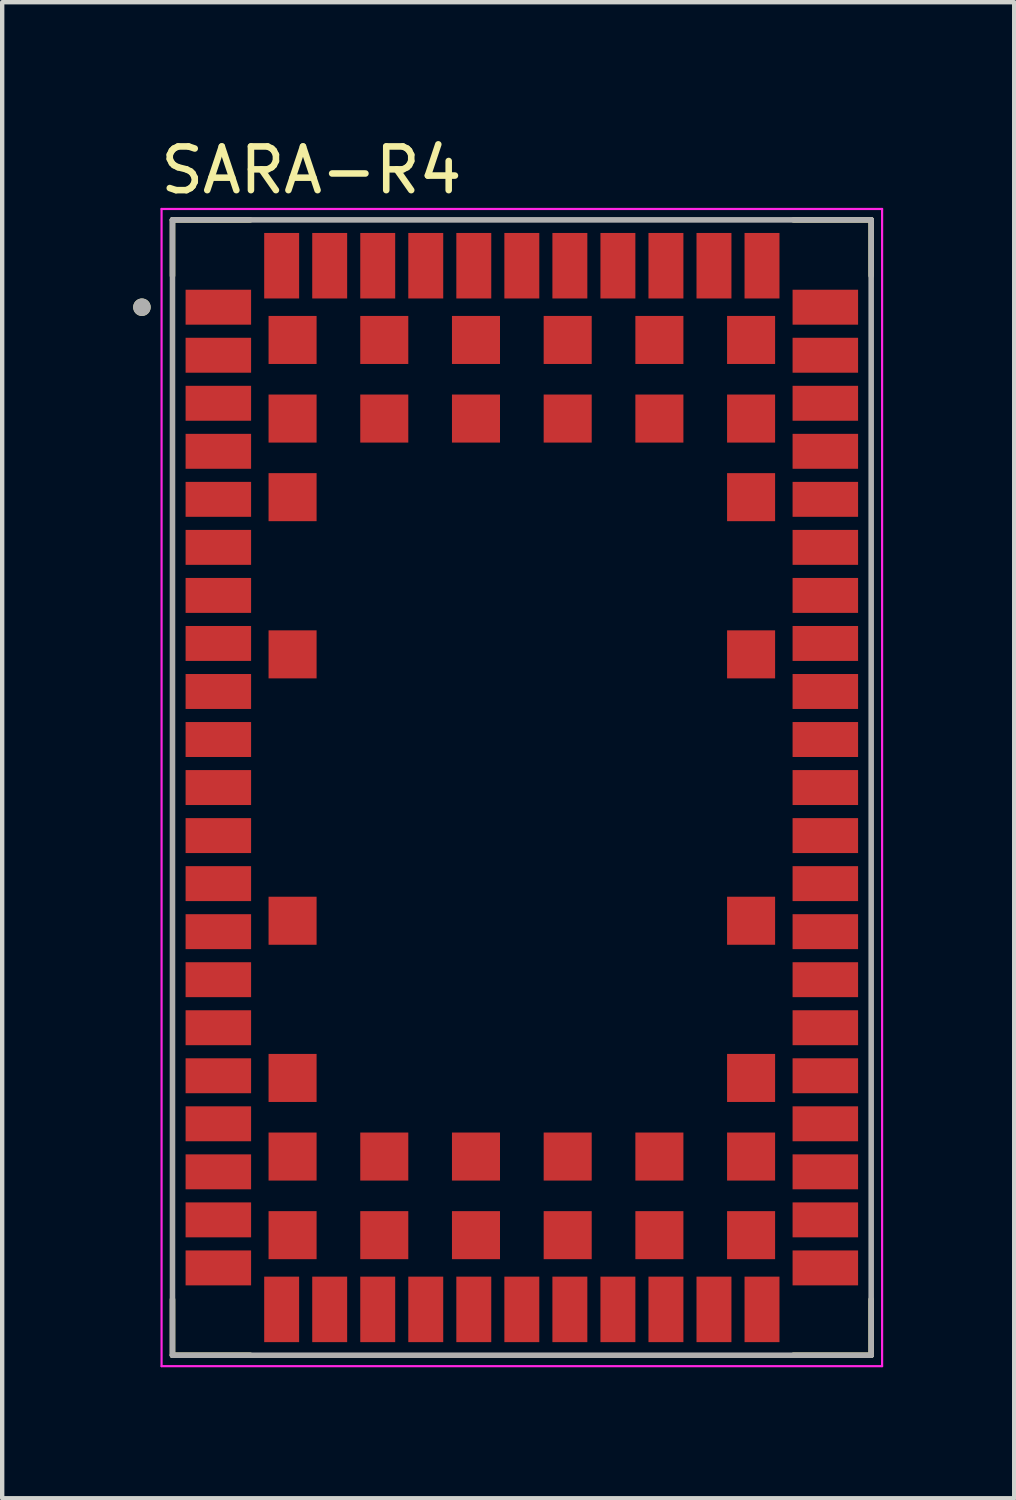
<source format=kicad_pcb>
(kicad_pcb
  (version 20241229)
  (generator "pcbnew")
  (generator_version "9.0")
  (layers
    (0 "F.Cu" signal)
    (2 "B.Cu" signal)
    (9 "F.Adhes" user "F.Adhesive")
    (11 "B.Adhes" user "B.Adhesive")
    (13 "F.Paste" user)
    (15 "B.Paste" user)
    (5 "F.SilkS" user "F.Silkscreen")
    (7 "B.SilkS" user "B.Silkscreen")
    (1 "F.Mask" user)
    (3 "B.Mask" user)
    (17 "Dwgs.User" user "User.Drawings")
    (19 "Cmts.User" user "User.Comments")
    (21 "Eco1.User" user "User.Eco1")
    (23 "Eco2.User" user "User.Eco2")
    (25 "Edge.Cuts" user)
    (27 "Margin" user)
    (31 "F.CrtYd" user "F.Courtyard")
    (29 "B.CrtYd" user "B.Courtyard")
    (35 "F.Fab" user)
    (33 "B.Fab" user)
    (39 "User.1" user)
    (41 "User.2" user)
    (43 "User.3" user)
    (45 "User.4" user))
  (footprint "SARA-R4"
    (layer "F.Cu")
    (at 8.9 14.985)
    (property "Reference" "SARA-R4" (at -4.821 -14.136 0) (layer "F.SilkS") (effects (font (size 1.001 1.001) (thickness 0.15))))
    (attr smd)
    (fp_poly (pts (xy -7.75 -11.45) (xy -6.15 -11.45) (xy -6.15 -10.55) (xy -7.75 -10.55)) (stroke (width 0.01) (type solid)) (fill yes) (layer "F.Mask"))
    (fp_poly (pts (xy -7.75 -10.35) (xy -6.15 -10.35) (xy -6.15 -9.45) (xy -7.75 -9.45)) (stroke (width 0.01) (type solid)) (fill yes) (layer "F.Mask"))
    (fp_poly (pts (xy -7.75 -9.25) (xy -6.15 -9.25) (xy -6.15 -8.35) (xy -7.75 -8.35)) (stroke (width 0.01) (type solid)) (fill yes) (layer "F.Mask"))
    (fp_poly (pts (xy -7.75 -8.15) (xy -6.15 -8.15) (xy -6.15 -7.25) (xy -7.75 -7.25)) (stroke (width 0.01) (type solid)) (fill yes) (layer "F.Mask"))
    (fp_poly (pts (xy -7.75 -7.05) (xy -6.15 -7.05) (xy -6.15 -6.15) (xy -7.75 -6.15)) (stroke (width 0.01) (type solid)) (fill yes) (layer "F.Mask"))
    (fp_poly (pts (xy -7.75 -5.95) (xy -6.15 -5.95) (xy -6.15 -5.05) (xy -7.75 -5.05)) (stroke (width 0.01) (type solid)) (fill yes) (layer "F.Mask"))
    (fp_poly (pts (xy -7.75 -4.85) (xy -6.15 -4.85) (xy -6.15 -3.95) (xy -7.75 -3.95)) (stroke (width 0.01) (type solid)) (fill yes) (layer "F.Mask"))
    (fp_poly (pts (xy -7.75 -3.75) (xy -6.15 -3.75) (xy -6.15 -2.85) (xy -7.75 -2.85)) (stroke (width 0.01) (type solid)) (fill yes) (layer "F.Mask"))
    (fp_poly (pts (xy -7.75 -2.65) (xy -6.15 -2.65) (xy -6.15 -1.75) (xy -7.75 -1.75)) (stroke (width 0.01) (type solid)) (fill yes) (layer "F.Mask"))
    (fp_poly (pts (xy -7.75 -1.55) (xy -6.15 -1.55) (xy -6.15 -0.65) (xy -7.75 -0.65)) (stroke (width 0.01) (type solid)) (fill yes) (layer "F.Mask"))
    (fp_poly (pts (xy -7.75 -0.45) (xy -6.15 -0.45) (xy -6.15 0.45) (xy -7.75 0.45)) (stroke (width 0.01) (type solid)) (fill yes) (layer "F.Mask"))
    (fp_poly (pts (xy -7.75 0.65) (xy -6.15 0.65) (xy -6.15 1.55) (xy -7.75 1.55)) (stroke (width 0.01) (type solid)) (fill yes) (layer "F.Mask"))
    (fp_poly (pts (xy -7.75 1.75) (xy -6.15 1.75) (xy -6.15 2.65) (xy -7.75 2.65)) (stroke (width 0.01) (type solid)) (fill yes) (layer "F.Mask"))
    (fp_poly (pts (xy -7.75 2.85) (xy -6.15 2.85) (xy -6.15 3.75) (xy -7.75 3.75)) (stroke (width 0.01) (type solid)) (fill yes) (layer "F.Mask"))
    (fp_poly (pts (xy -7.75 3.95) (xy -6.15 3.95) (xy -6.15 4.85) (xy -7.75 4.85)) (stroke (width 0.01) (type solid)) (fill yes) (layer "F.Mask"))
    (fp_poly (pts (xy -7.75 5.05) (xy -6.15 5.05) (xy -6.15 5.95) (xy -7.75 5.95)) (stroke (width 0.01) (type solid)) (fill yes) (layer "F.Mask"))
    (fp_poly (pts (xy -7.75 6.15) (xy -6.15 6.15) (xy -6.15 7.05) (xy -7.75 7.05)) (stroke (width 0.01) (type solid)) (fill yes) (layer "F.Mask"))
    (fp_poly (pts (xy -7.75 7.25) (xy -6.15 7.25) (xy -6.15 8.15) (xy -7.75 8.15)) (stroke (width 0.01) (type solid)) (fill yes) (layer "F.Mask"))
    (fp_poly (pts (xy -7.75 8.35) (xy -6.15 8.35) (xy -6.15 9.25) (xy -7.75 9.25)) (stroke (width 0.01) (type solid)) (fill yes) (layer "F.Mask"))
    (fp_poly (pts (xy -7.75 9.45) (xy -6.15 9.45) (xy -6.15 10.35) (xy -7.75 10.35)) (stroke (width 0.01) (type solid)) (fill yes) (layer "F.Mask"))
    (fp_poly (pts (xy -7.75 10.55) (xy -6.15 10.55) (xy -6.15 11.45) (xy -7.75 11.45)) (stroke (width 0.01) (type solid)) (fill yes) (layer "F.Mask"))
    (fp_poly (pts (xy -5.95 -12.75) (xy -5.05 -12.75) (xy -5.05 -11.15) (xy -5.95 -11.15)) (stroke (width 0.01) (type solid)) (fill yes) (layer "F.Mask"))
    (fp_poly (pts (xy -5.95 11.15) (xy -5.05 11.15) (xy -5.05 12.75) (xy -5.95 12.75)) (stroke (width 0.01) (type solid)) (fill yes) (layer "F.Mask"))
    (fp_poly (pts (xy -5.85 -10.85) (xy -4.65 -10.85) (xy -4.65 -9.65) (xy -5.85 -9.65)) (stroke (width 0.01) (type solid)) (fill yes) (layer "F.Mask"))
    (fp_poly (pts (xy -5.85 -9.05) (xy -4.65 -9.05) (xy -4.65 -7.85) (xy -5.85 -7.85)) (stroke (width 0.01) (type solid)) (fill yes) (layer "F.Mask"))
    (fp_poly (pts (xy -5.85 -7.25) (xy -4.65 -7.25) (xy -4.65 -6.05) (xy -5.85 -6.05)) (stroke (width 0.01) (type solid)) (fill yes) (layer "F.Mask"))
    (fp_poly (pts (xy -5.85 -3.65) (xy -4.65 -3.65) (xy -4.65 -2.45) (xy -5.85 -2.45)) (stroke (width 0.01) (type solid)) (fill yes) (layer "F.Mask"))
    (fp_poly (pts (xy -5.85 2.45) (xy -4.65 2.45) (xy -4.65 3.65) (xy -5.85 3.65)) (stroke (width 0.01) (type solid)) (fill yes) (layer "F.Mask"))
    (fp_poly (pts (xy -5.85 6.05) (xy -4.65 6.05) (xy -4.65 7.25) (xy -5.85 7.25)) (stroke (width 0.01) (type solid)) (fill yes) (layer "F.Mask"))
    (fp_poly (pts (xy -5.85 7.85) (xy -4.65 7.85) (xy -4.65 9.05) (xy -5.85 9.05)) (stroke (width 0.01) (type solid)) (fill yes) (layer "F.Mask"))
    (fp_poly (pts (xy -5.85 9.65) (xy -4.65 9.65) (xy -4.65 10.85) (xy -5.85 10.85)) (stroke (width 0.01) (type solid)) (fill yes) (layer "F.Mask"))
    (fp_poly (pts (xy -4.85 -12.75) (xy -3.95 -12.75) (xy -3.95 -11.15) (xy -4.85 -11.15)) (stroke (width 0.01) (type solid)) (fill yes) (layer "F.Mask"))
    (fp_poly (pts (xy -4.85 11.15) (xy -3.95 11.15) (xy -3.95 12.75) (xy -4.85 12.75)) (stroke (width 0.01) (type solid)) (fill yes) (layer "F.Mask"))
    (fp_poly (pts (xy -3.75 -12.75) (xy -2.85 -12.75) (xy -2.85 -11.15) (xy -3.75 -11.15)) (stroke (width 0.01) (type solid)) (fill yes) (layer "F.Mask"))
    (fp_poly (pts (xy -3.75 -10.85) (xy -2.55 -10.85) (xy -2.55 -9.65) (xy -3.75 -9.65)) (stroke (width 0.01) (type solid)) (fill yes) (layer "F.Mask"))
    (fp_poly (pts (xy -3.75 -9.05) (xy -2.55 -9.05) (xy -2.55 -7.85) (xy -3.75 -7.85)) (stroke (width 0.01) (type solid)) (fill yes) (layer "F.Mask"))
    (fp_poly (pts (xy -3.75 7.85) (xy -2.55 7.85) (xy -2.55 9.05) (xy -3.75 9.05)) (stroke (width 0.01) (type solid)) (fill yes) (layer "F.Mask"))
    (fp_poly (pts (xy -3.75 9.65) (xy -2.55 9.65) (xy -2.55 10.85) (xy -3.75 10.85)) (stroke (width 0.01) (type solid)) (fill yes) (layer "F.Mask"))
    (fp_poly (pts (xy -3.75 11.15) (xy -2.85 11.15) (xy -2.85 12.75) (xy -3.75 12.75)) (stroke (width 0.01) (type solid)) (fill yes) (layer "F.Mask"))
    (fp_poly (pts (xy -2.65 -12.75) (xy -1.75 -12.75) (xy -1.75 -11.15) (xy -2.65 -11.15)) (stroke (width 0.01) (type solid)) (fill yes) (layer "F.Mask"))
    (fp_poly (pts (xy -2.65 11.15) (xy -1.75 11.15) (xy -1.75 12.75) (xy -2.65 12.75)) (stroke (width 0.01) (type solid)) (fill yes) (layer "F.Mask"))
    (fp_poly (pts (xy -1.65 -10.85) (xy -0.45 -10.85) (xy -0.45 -9.65) (xy -1.65 -9.65)) (stroke (width 0.01) (type solid)) (fill yes) (layer "F.Mask"))
    (fp_poly (pts (xy -1.65 -9.05) (xy -0.45 -9.05) (xy -0.45 -7.85) (xy -1.65 -7.85)) (stroke (width 0.01) (type solid)) (fill yes) (layer "F.Mask"))
    (fp_poly (pts (xy -1.65 7.85) (xy -0.45 7.85) (xy -0.45 9.05) (xy -1.65 9.05)) (stroke (width 0.01) (type solid)) (fill yes) (layer "F.Mask"))
    (fp_poly (pts (xy -1.65 9.65) (xy -0.45 9.65) (xy -0.45 10.85) (xy -1.65 10.85)) (stroke (width 0.01) (type solid)) (fill yes) (layer "F.Mask"))
    (fp_poly (pts (xy -1.55 -12.75) (xy -0.65 -12.75) (xy -0.65 -11.15) (xy -1.55 -11.15)) (stroke (width 0.01) (type solid)) (fill yes) (layer "F.Mask"))
    (fp_poly (pts (xy -1.55 11.15) (xy -0.65 11.15) (xy -0.65 12.75) (xy -1.55 12.75)) (stroke (width 0.01) (type solid)) (fill yes) (layer "F.Mask"))
    (fp_poly (pts (xy -0.45 -12.75) (xy 0.45 -12.75) (xy 0.45 -11.15) (xy -0.45 -11.15)) (stroke (width 0.01) (type solid)) (fill yes) (layer "F.Mask"))
    (fp_poly (pts (xy -0.45 11.15) (xy 0.45 11.15) (xy 0.45 12.75) (xy -0.45 12.75)) (stroke (width 0.01) (type solid)) (fill yes) (layer "F.Mask"))
    (fp_poly (pts (xy 0.45 -10.85) (xy 1.65 -10.85) (xy 1.65 -9.65) (xy 0.45 -9.65)) (stroke (width 0.01) (type solid)) (fill yes) (layer "F.Mask"))
    (fp_poly (pts (xy 0.45 -9.05) (xy 1.65 -9.05) (xy 1.65 -7.85) (xy 0.45 -7.85)) (stroke (width 0.01) (type solid)) (fill yes) (layer "F.Mask"))
    (fp_poly (pts (xy 0.45 7.85) (xy 1.65 7.85) (xy 1.65 9.05) (xy 0.45 9.05)) (stroke (width 0.01) (type solid)) (fill yes) (layer "F.Mask"))
    (fp_poly (pts (xy 0.45 9.65) (xy 1.65 9.65) (xy 1.65 10.85) (xy 0.45 10.85)) (stroke (width 0.01) (type solid)) (fill yes) (layer "F.Mask"))
    (fp_poly (pts (xy 0.65 -12.75) (xy 1.55 -12.75) (xy 1.55 -11.15) (xy 0.65 -11.15)) (stroke (width 0.01) (type solid)) (fill yes) (layer "F.Mask"))
    (fp_poly (pts (xy 0.65 11.15) (xy 1.55 11.15) (xy 1.55 12.75) (xy 0.65 12.75)) (stroke (width 0.01) (type solid)) (fill yes) (layer "F.Mask"))
    (fp_poly (pts (xy 1.75 -12.75) (xy 2.65 -12.75) (xy 2.65 -11.15) (xy 1.75 -11.15)) (stroke (width 0.01) (type solid)) (fill yes) (layer "F.Mask"))
    (fp_poly (pts (xy 1.75 11.15) (xy 2.65 11.15) (xy 2.65 12.75) (xy 1.75 12.75)) (stroke (width 0.01) (type solid)) (fill yes) (layer "F.Mask"))
    (fp_poly (pts (xy 2.55 -10.85) (xy 3.75 -10.85) (xy 3.75 -9.65) (xy 2.55 -9.65)) (stroke (width 0.01) (type solid)) (fill yes) (layer "F.Mask"))
    (fp_poly (pts (xy 2.55 -9.05) (xy 3.75 -9.05) (xy 3.75 -7.85) (xy 2.55 -7.85)) (stroke (width 0.01) (type solid)) (fill yes) (layer "F.Mask"))
    (fp_poly (pts (xy 2.55 7.85) (xy 3.75 7.85) (xy 3.75 9.05) (xy 2.55 9.05)) (stroke (width 0.01) (type solid)) (fill yes) (layer "F.Mask"))
    (fp_poly (pts (xy 2.55 9.65) (xy 3.75 9.65) (xy 3.75 10.85) (xy 2.55 10.85)) (stroke (width 0.01) (type solid)) (fill yes) (layer "F.Mask"))
    (fp_poly (pts (xy 2.85 -12.75) (xy 3.75 -12.75) (xy 3.75 -11.15) (xy 2.85 -11.15)) (stroke (width 0.01) (type solid)) (fill yes) (layer "F.Mask"))
    (fp_poly (pts (xy 2.85 11.15) (xy 3.75 11.15) (xy 3.75 12.75) (xy 2.85 12.75)) (stroke (width 0.01) (type solid)) (fill yes) (layer "F.Mask"))
    (fp_poly (pts (xy 3.95 -12.75) (xy 4.85 -12.75) (xy 4.85 -11.15) (xy 3.95 -11.15)) (stroke (width 0.01) (type solid)) (fill yes) (layer "F.Mask"))
    (fp_poly (pts (xy 3.95 11.15) (xy 4.85 11.15) (xy 4.85 12.75) (xy 3.95 12.75)) (stroke (width 0.01) (type solid)) (fill yes) (layer "F.Mask"))
    (fp_poly (pts (xy 4.65 -10.85) (xy 5.85 -10.85) (xy 5.85 -9.65) (xy 4.65 -9.65)) (stroke (width 0.01) (type solid)) (fill yes) (layer "F.Mask"))
    (fp_poly (pts (xy 4.65 -9.05) (xy 5.85 -9.05) (xy 5.85 -7.85) (xy 4.65 -7.85)) (stroke (width 0.01) (type solid)) (fill yes) (layer "F.Mask"))
    (fp_poly (pts (xy 4.65 -7.25) (xy 5.85 -7.25) (xy 5.85 -6.05) (xy 4.65 -6.05)) (stroke (width 0.01) (type solid)) (fill yes) (layer "F.Mask"))
    (fp_poly (pts (xy 4.65 -3.65) (xy 5.85 -3.65) (xy 5.85 -2.45) (xy 4.65 -2.45)) (stroke (width 0.01) (type solid)) (fill yes) (layer "F.Mask"))
    (fp_poly (pts (xy 4.65 2.45) (xy 5.85 2.45) (xy 5.85 3.65) (xy 4.65 3.65)) (stroke (width 0.01) (type solid)) (fill yes) (layer "F.Mask"))
    (fp_poly (pts (xy 4.65 6.05) (xy 5.85 6.05) (xy 5.85 7.25) (xy 4.65 7.25)) (stroke (width 0.01) (type solid)) (fill yes) (layer "F.Mask"))
    (fp_poly (pts (xy 4.65 7.85) (xy 5.85 7.85) (xy 5.85 9.05) (xy 4.65 9.05)) (stroke (width 0.01) (type solid)) (fill yes) (layer "F.Mask"))
    (fp_poly (pts (xy 4.65 9.65) (xy 5.85 9.65) (xy 5.85 10.85) (xy 4.65 10.85)) (stroke (width 0.01) (type solid)) (fill yes) (layer "F.Mask"))
    (fp_poly (pts (xy 5.05 -12.75) (xy 5.95 -12.75) (xy 5.95 -11.15) (xy 5.05 -11.15)) (stroke (width 0.01) (type solid)) (fill yes) (layer "F.Mask"))
    (fp_poly (pts (xy 5.05 11.15) (xy 5.95 11.15) (xy 5.95 12.75) (xy 5.05 12.75)) (stroke (width 0.01) (type solid)) (fill yes) (layer "F.Mask"))
    (fp_poly (pts (xy 6.15 -11.45) (xy 7.75 -11.45) (xy 7.75 -10.55) (xy 6.15 -10.55)) (stroke (width 0.01) (type solid)) (fill yes) (layer "F.Mask"))
    (fp_poly (pts (xy 6.15 -10.35) (xy 7.75 -10.35) (xy 7.75 -9.45) (xy 6.15 -9.45)) (stroke (width 0.01) (type solid)) (fill yes) (layer "F.Mask"))
    (fp_poly (pts (xy 6.15 -9.25) (xy 7.75 -9.25) (xy 7.75 -8.35) (xy 6.15 -8.35)) (stroke (width 0.01) (type solid)) (fill yes) (layer "F.Mask"))
    (fp_poly (pts (xy 6.15 -8.15) (xy 7.75 -8.15) (xy 7.75 -7.25) (xy 6.15 -7.25)) (stroke (width 0.01) (type solid)) (fill yes) (layer "F.Mask"))
    (fp_poly (pts (xy 6.15 -7.05) (xy 7.75 -7.05) (xy 7.75 -6.15) (xy 6.15 -6.15)) (stroke (width 0.01) (type solid)) (fill yes) (layer "F.Mask"))
    (fp_poly (pts (xy 6.15 -5.95) (xy 7.75 -5.95) (xy 7.75 -5.05) (xy 6.15 -5.05)) (stroke (width 0.01) (type solid)) (fill yes) (layer "F.Mask"))
    (fp_poly (pts (xy 6.15 -4.85) (xy 7.75 -4.85) (xy 7.75 -3.95) (xy 6.15 -3.95)) (stroke (width 0.01) (type solid)) (fill yes) (layer "F.Mask"))
    (fp_poly (pts (xy 6.15 -3.75) (xy 7.75 -3.75) (xy 7.75 -2.85) (xy 6.15 -2.85)) (stroke (width 0.01) (type solid)) (fill yes) (layer "F.Mask"))
    (fp_poly (pts (xy 6.15 -2.65) (xy 7.75 -2.65) (xy 7.75 -1.75) (xy 6.15 -1.75)) (stroke (width 0.01) (type solid)) (fill yes) (layer "F.Mask"))
    (fp_poly (pts (xy 6.15 -1.55) (xy 7.75 -1.55) (xy 7.75 -0.65) (xy 6.15 -0.65)) (stroke (width 0.01) (type solid)) (fill yes) (layer "F.Mask"))
    (fp_poly (pts (xy 6.15 -0.45) (xy 7.75 -0.45) (xy 7.75 0.45) (xy 6.15 0.45)) (stroke (width 0.01) (type solid)) (fill yes) (layer "F.Mask"))
    (fp_poly (pts (xy 6.15 0.65) (xy 7.75 0.65) (xy 7.75 1.55) (xy 6.15 1.55)) (stroke (width 0.01) (type solid)) (fill yes) (layer "F.Mask"))
    (fp_poly (pts (xy 6.15 1.75) (xy 7.75 1.75) (xy 7.75 2.65) (xy 6.15 2.65)) (stroke (width 0.01) (type solid)) (fill yes) (layer "F.Mask"))
    (fp_poly (pts (xy 6.15 2.85) (xy 7.75 2.85) (xy 7.75 3.75) (xy 6.15 3.75)) (stroke (width 0.01) (type solid)) (fill yes) (layer "F.Mask"))
    (fp_poly (pts (xy 6.15 3.95) (xy 7.75 3.95) (xy 7.75 4.85) (xy 6.15 4.85)) (stroke (width 0.01) (type solid)) (fill yes) (layer "F.Mask"))
    (fp_poly (pts (xy 6.15 5.05) (xy 7.75 5.05) (xy 7.75 5.95) (xy 6.15 5.95)) (stroke (width 0.01) (type solid)) (fill yes) (layer "F.Mask"))
    (fp_poly (pts (xy 6.15 6.15) (xy 7.75 6.15) (xy 7.75 7.05) (xy 6.15 7.05)) (stroke (width 0.01) (type solid)) (fill yes) (layer "F.Mask"))
    (fp_poly (pts (xy 6.15 7.25) (xy 7.75 7.25) (xy 7.75 8.15) (xy 6.15 8.15)) (stroke (width 0.01) (type solid)) (fill yes) (layer "F.Mask"))
    (fp_poly (pts (xy 6.15 8.35) (xy 7.75 8.35) (xy 7.75 9.25) (xy 6.15 9.25)) (stroke (width 0.01) (type solid)) (fill yes) (layer "F.Mask"))
    (fp_poly (pts (xy 6.15 9.45) (xy 7.75 9.45) (xy 7.75 10.35) (xy 6.15 10.35)) (stroke (width 0.01) (type solid)) (fill yes) (layer "F.Mask"))
    (fp_poly (pts (xy 6.15 10.55) (xy 7.75 10.55) (xy 7.75 11.45) (xy 6.15 11.45)) (stroke (width 0.01) (type solid)) (fill yes) (layer "F.Mask"))
    (fp_line (start -8 -13) (end -6.22 -13) (stroke (width 0.127) (type solid)) (layer "F.SilkS"))
    (fp_line (start -8 -11.72) (end -8 -13) (stroke (width 0.127) (type solid)) (layer "F.SilkS"))
    (fp_line (start -8 13) (end -8 11.72) (stroke (width 0.127) (type solid)) (layer "F.SilkS"))
    (fp_line (start -8 13) (end -6.22 13) (stroke (width 0.127) (type solid)) (layer "F.SilkS"))
    (fp_line (start 8 -13) (end 6.22 -13) (stroke (width 0.127) (type solid)) (layer "F.SilkS"))
    (fp_line (start 8 -11.72) (end 8 -13) (stroke (width 0.127) (type solid)) (layer "F.SilkS"))
    (fp_line (start 8 13) (end 6.22 13) (stroke (width 0.127) (type solid)) (layer "F.SilkS"))
    (fp_line (start 8 13) (end 8 11.72) (stroke (width 0.127) (type solid)) (layer "F.SilkS"))
    (fp_circle (center -8.7 -11) (end -8.6 -11) (stroke (width 0.2) (type solid)) (fill no) (layer "F.SilkS"))
    (fp_poly (pts (xy -7.775 -11.375) (xy -6.225 -11.375) (xy -6.225 -10.625) (xy -7.775 -10.625)) (stroke (width 0.01) (type solid)) (fill yes) (layer "F.Paste"))
    (fp_poly (pts (xy -7.775 -10.275) (xy -6.225 -10.275) (xy -6.225 -9.525) (xy -7.775 -9.525)) (stroke (width 0.01) (type solid)) (fill yes) (layer "F.Paste"))
    (fp_poly (pts (xy -7.775 -9.175) (xy -6.225 -9.175) (xy -6.225 -8.425) (xy -7.775 -8.425)) (stroke (width 0.01) (type solid)) (fill yes) (layer "F.Paste"))
    (fp_poly (pts (xy -7.775 -8.075) (xy -6.225 -8.075) (xy -6.225 -7.325) (xy -7.775 -7.325)) (stroke (width 0.01) (type solid)) (fill yes) (layer "F.Paste"))
    (fp_poly (pts (xy -7.775 -6.975) (xy -6.225 -6.975) (xy -6.225 -6.225) (xy -7.775 -6.225)) (stroke (width 0.01) (type solid)) (fill yes) (layer "F.Paste"))
    (fp_poly (pts (xy -7.775 -5.875) (xy -6.225 -5.875) (xy -6.225 -5.125) (xy -7.775 -5.125)) (stroke (width 0.01) (type solid)) (fill yes) (layer "F.Paste"))
    (fp_poly (pts (xy -7.775 -4.775) (xy -6.225 -4.775) (xy -6.225 -4.025) (xy -7.775 -4.025)) (stroke (width 0.01) (type solid)) (fill yes) (layer "F.Paste"))
    (fp_poly (pts (xy -7.775 -3.675) (xy -6.225 -3.675) (xy -6.225 -2.925) (xy -7.775 -2.925)) (stroke (width 0.01) (type solid)) (fill yes) (layer "F.Paste"))
    (fp_poly (pts (xy -7.775 -2.575) (xy -6.225 -2.575) (xy -6.225 -1.825) (xy -7.775 -1.825)) (stroke (width 0.01) (type solid)) (fill yes) (layer "F.Paste"))
    (fp_poly (pts (xy -7.775 -1.475) (xy -6.225 -1.475) (xy -6.225 -0.725) (xy -7.775 -0.725)) (stroke (width 0.01) (type solid)) (fill yes) (layer "F.Paste"))
    (fp_poly (pts (xy -7.775 -0.375) (xy -6.225 -0.375) (xy -6.225 0.375) (xy -7.775 0.375)) (stroke (width 0.01) (type solid)) (fill yes) (layer "F.Paste"))
    (fp_poly (pts (xy -7.775 0.725) (xy -6.225 0.725) (xy -6.225 1.475) (xy -7.775 1.475)) (stroke (width 0.01) (type solid)) (fill yes) (layer "F.Paste"))
    (fp_poly (pts (xy -7.775 1.825) (xy -6.225 1.825) (xy -6.225 2.575) (xy -7.775 2.575)) (stroke (width 0.01) (type solid)) (fill yes) (layer "F.Paste"))
    (fp_poly (pts (xy -7.775 2.925) (xy -6.225 2.925) (xy -6.225 3.675) (xy -7.775 3.675)) (stroke (width 0.01) (type solid)) (fill yes) (layer "F.Paste"))
    (fp_poly (pts (xy -7.775 4.025) (xy -6.225 4.025) (xy -6.225 4.775) (xy -7.775 4.775)) (stroke (width 0.01) (type solid)) (fill yes) (layer "F.Paste"))
    (fp_poly (pts (xy -7.775 5.125) (xy -6.225 5.125) (xy -6.225 5.875) (xy -7.775 5.875)) (stroke (width 0.01) (type solid)) (fill yes) (layer "F.Paste"))
    (fp_poly (pts (xy -7.775 6.225) (xy -6.225 6.225) (xy -6.225 6.975) (xy -7.775 6.975)) (stroke (width 0.01) (type solid)) (fill yes) (layer "F.Paste"))
    (fp_poly (pts (xy -7.775 7.325) (xy -6.225 7.325) (xy -6.225 8.075) (xy -7.775 8.075)) (stroke (width 0.01) (type solid)) (fill yes) (layer "F.Paste"))
    (fp_poly (pts (xy -7.775 8.425) (xy -6.225 8.425) (xy -6.225 9.175) (xy -7.775 9.175)) (stroke (width 0.01) (type solid)) (fill yes) (layer "F.Paste"))
    (fp_poly (pts (xy -7.775 9.525) (xy -6.225 9.525) (xy -6.225 10.275) (xy -7.775 10.275)) (stroke (width 0.01) (type solid)) (fill yes) (layer "F.Paste"))
    (fp_poly (pts (xy -7.775 10.625) (xy -6.225 10.625) (xy -6.225 11.375) (xy -7.775 11.375)) (stroke (width 0.01) (type solid)) (fill yes) (layer "F.Paste"))
    (fp_poly (pts (xy -5.875 -12.775) (xy -5.125 -12.775) (xy -5.125 -11.225) (xy -5.875 -11.225)) (stroke (width 0.01) (type solid)) (fill yes) (layer "F.Paste"))
    (fp_poly (pts (xy -5.875 11.225) (xy -5.125 11.225) (xy -5.125 12.775) (xy -5.875 12.775)) (stroke (width 0.01) (type solid)) (fill yes) (layer "F.Paste"))
    (fp_poly (pts (xy -5.775 -10.775) (xy -4.725 -10.775) (xy -4.725 -9.725) (xy -5.775 -9.725)) (stroke (width 0.01) (type solid)) (fill yes) (layer "F.Paste"))
    (fp_poly (pts (xy -5.775 -8.975) (xy -4.725 -8.975) (xy -4.725 -7.925) (xy -5.775 -7.925)) (stroke (width 0.01) (type solid)) (fill yes) (layer "F.Paste"))
    (fp_poly (pts (xy -5.775 -7.175) (xy -4.725 -7.175) (xy -4.725 -6.125) (xy -5.775 -6.125)) (stroke (width 0.01) (type solid)) (fill yes) (layer "F.Paste"))
    (fp_poly (pts (xy -5.775 -3.575) (xy -4.725 -3.575) (xy -4.725 -2.525) (xy -5.775 -2.525)) (stroke (width 0.01) (type solid)) (fill yes) (layer "F.Paste"))
    (fp_poly (pts (xy -5.775 2.525) (xy -4.725 2.525) (xy -4.725 3.575) (xy -5.775 3.575)) (stroke (width 0.01) (type solid)) (fill yes) (layer "F.Paste"))
    (fp_poly (pts (xy -5.775 6.125) (xy -4.725 6.125) (xy -4.725 7.175) (xy -5.775 7.175)) (stroke (width 0.01) (type solid)) (fill yes) (layer "F.Paste"))
    (fp_poly (pts (xy -5.775 7.925) (xy -4.725 7.925) (xy -4.725 8.975) (xy -5.775 8.975)) (stroke (width 0.01) (type solid)) (fill yes) (layer "F.Paste"))
    (fp_poly (pts (xy -5.775 9.725) (xy -4.725 9.725) (xy -4.725 10.775) (xy -5.775 10.775)) (stroke (width 0.01) (type solid)) (fill yes) (layer "F.Paste"))
    (fp_poly (pts (xy -4.775 -12.775) (xy -4.025 -12.775) (xy -4.025 -11.225) (xy -4.775 -11.225)) (stroke (width 0.01) (type solid)) (fill yes) (layer "F.Paste"))
    (fp_poly (pts (xy -4.775 11.225) (xy -4.025 11.225) (xy -4.025 12.775) (xy -4.775 12.775)) (stroke (width 0.01) (type solid)) (fill yes) (layer "F.Paste"))
    (fp_poly (pts (xy -3.675 -12.775) (xy -2.925 -12.775) (xy -2.925 -11.225) (xy -3.675 -11.225)) (stroke (width 0.01) (type solid)) (fill yes) (layer "F.Paste"))
    (fp_poly (pts (xy -3.675 -10.775) (xy -2.625 -10.775) (xy -2.625 -9.725) (xy -3.675 -9.725)) (stroke (width 0.01) (type solid)) (fill yes) (layer "F.Paste"))
    (fp_poly (pts (xy -3.675 -8.975) (xy -2.625 -8.975) (xy -2.625 -7.925) (xy -3.675 -7.925)) (stroke (width 0.01) (type solid)) (fill yes) (layer "F.Paste"))
    (fp_poly (pts (xy -3.675 7.925) (xy -2.625 7.925) (xy -2.625 8.975) (xy -3.675 8.975)) (stroke (width 0.01) (type solid)) (fill yes) (layer "F.Paste"))
    (fp_poly (pts (xy -3.675 9.725) (xy -2.625 9.725) (xy -2.625 10.775) (xy -3.675 10.775)) (stroke (width 0.01) (type solid)) (fill yes) (layer "F.Paste"))
    (fp_poly (pts (xy -3.675 11.225) (xy -2.925 11.225) (xy -2.925 12.775) (xy -3.675 12.775)) (stroke (width 0.01) (type solid)) (fill yes) (layer "F.Paste"))
    (fp_poly (pts (xy -2.575 -12.775) (xy -1.825 -12.775) (xy -1.825 -11.225) (xy -2.575 -11.225)) (stroke (width 0.01) (type solid)) (fill yes) (layer "F.Paste"))
    (fp_poly (pts (xy -2.575 11.225) (xy -1.825 11.225) (xy -1.825 12.775) (xy -2.575 12.775)) (stroke (width 0.01) (type solid)) (fill yes) (layer "F.Paste"))
    (fp_poly (pts (xy -1.575 -10.775) (xy -0.525 -10.775) (xy -0.525 -9.725) (xy -1.575 -9.725)) (stroke (width 0.01) (type solid)) (fill yes) (layer "F.Paste"))
    (fp_poly (pts (xy -1.575 -8.975) (xy -0.525 -8.975) (xy -0.525 -7.925) (xy -1.575 -7.925)) (stroke (width 0.01) (type solid)) (fill yes) (layer "F.Paste"))
    (fp_poly (pts (xy -1.575 7.925) (xy -0.525 7.925) (xy -0.525 8.975) (xy -1.575 8.975)) (stroke (width 0.01) (type solid)) (fill yes) (layer "F.Paste"))
    (fp_poly (pts (xy -1.575 9.725) (xy -0.525 9.725) (xy -0.525 10.775) (xy -1.575 10.775)) (stroke (width 0.01) (type solid)) (fill yes) (layer "F.Paste"))
    (fp_poly (pts (xy -1.475 -12.775) (xy -0.725 -12.775) (xy -0.725 -11.225) (xy -1.475 -11.225)) (stroke (width 0.01) (type solid)) (fill yes) (layer "F.Paste"))
    (fp_poly (pts (xy -1.475 11.225) (xy -0.725 11.225) (xy -0.725 12.775) (xy -1.475 12.775)) (stroke (width 0.01) (type solid)) (fill yes) (layer "F.Paste"))
    (fp_poly (pts (xy -0.375 -12.775) (xy 0.375 -12.775) (xy 0.375 -11.225) (xy -0.375 -11.225)) (stroke (width 0.01) (type solid)) (fill yes) (layer "F.Paste"))
    (fp_poly (pts (xy -0.375 11.225) (xy 0.375 11.225) (xy 0.375 12.775) (xy -0.375 12.775)) (stroke (width 0.01) (type solid)) (fill yes) (layer "F.Paste"))
    (fp_poly (pts (xy 0.525 -10.775) (xy 1.575 -10.775) (xy 1.575 -9.725) (xy 0.525 -9.725)) (stroke (width 0.01) (type solid)) (fill yes) (layer "F.Paste"))
    (fp_poly (pts (xy 0.525 -8.975) (xy 1.575 -8.975) (xy 1.575 -7.925) (xy 0.525 -7.925)) (stroke (width 0.01) (type solid)) (fill yes) (layer "F.Paste"))
    (fp_poly (pts (xy 0.525 7.925) (xy 1.575 7.925) (xy 1.575 8.975) (xy 0.525 8.975)) (stroke (width 0.01) (type solid)) (fill yes) (layer "F.Paste"))
    (fp_poly (pts (xy 0.525 9.725) (xy 1.575 9.725) (xy 1.575 10.775) (xy 0.525 10.775)) (stroke (width 0.01) (type solid)) (fill yes) (layer "F.Paste"))
    (fp_poly (pts (xy 0.725 -12.775) (xy 1.475 -12.775) (xy 1.475 -11.225) (xy 0.725 -11.225)) (stroke (width 0.01) (type solid)) (fill yes) (layer "F.Paste"))
    (fp_poly (pts (xy 0.725 11.225) (xy 1.475 11.225) (xy 1.475 12.775) (xy 0.725 12.775)) (stroke (width 0.01) (type solid)) (fill yes) (layer "F.Paste"))
    (fp_poly (pts (xy 1.825 -12.775) (xy 2.575 -12.775) (xy 2.575 -11.225) (xy 1.825 -11.225)) (stroke (width 0.01) (type solid)) (fill yes) (layer "F.Paste"))
    (fp_poly (pts (xy 1.825 11.225) (xy 2.575 11.225) (xy 2.575 12.775) (xy 1.825 12.775)) (stroke (width 0.01) (type solid)) (fill yes) (layer "F.Paste"))
    (fp_poly (pts (xy 2.625 -10.775) (xy 3.675 -10.775) (xy 3.675 -9.725) (xy 2.625 -9.725)) (stroke (width 0.01) (type solid)) (fill yes) (layer "F.Paste"))
    (fp_poly (pts (xy 2.625 -8.975) (xy 3.675 -8.975) (xy 3.675 -7.925) (xy 2.625 -7.925)) (stroke (width 0.01) (type solid)) (fill yes) (layer "F.Paste"))
    (fp_poly (pts (xy 2.625 7.925) (xy 3.675 7.925) (xy 3.675 8.975) (xy 2.625 8.975)) (stroke (width 0.01) (type solid)) (fill yes) (layer "F.Paste"))
    (fp_poly (pts (xy 2.625 9.725) (xy 3.675 9.725) (xy 3.675 10.775) (xy 2.625 10.775)) (stroke (width 0.01) (type solid)) (fill yes) (layer "F.Paste"))
    (fp_poly (pts (xy 2.925 -12.775) (xy 3.675 -12.775) (xy 3.675 -11.225) (xy 2.925 -11.225)) (stroke (width 0.01) (type solid)) (fill yes) (layer "F.Paste"))
    (fp_poly (pts (xy 2.925 11.225) (xy 3.675 11.225) (xy 3.675 12.775) (xy 2.925 12.775)) (stroke (width 0.01) (type solid)) (fill yes) (layer "F.Paste"))
    (fp_poly (pts (xy 4.025 -12.775) (xy 4.775 -12.775) (xy 4.775 -11.225) (xy 4.025 -11.225)) (stroke (width 0.01) (type solid)) (fill yes) (layer "F.Paste"))
    (fp_poly (pts (xy 4.025 11.225) (xy 4.775 11.225) (xy 4.775 12.775) (xy 4.025 12.775)) (stroke (width 0.01) (type solid)) (fill yes) (layer "F.Paste"))
    (fp_poly (pts (xy 4.725 -10.775) (xy 5.775 -10.775) (xy 5.775 -9.725) (xy 4.725 -9.725)) (stroke (width 0.01) (type solid)) (fill yes) (layer "F.Paste"))
    (fp_poly (pts (xy 4.725 -8.975) (xy 5.775 -8.975) (xy 5.775 -7.925) (xy 4.725 -7.925)) (stroke (width 0.01) (type solid)) (fill yes) (layer "F.Paste"))
    (fp_poly (pts (xy 4.725 -7.175) (xy 5.775 -7.175) (xy 5.775 -6.125) (xy 4.725 -6.125)) (stroke (width 0.01) (type solid)) (fill yes) (layer "F.Paste"))
    (fp_poly (pts (xy 4.725 -3.575) (xy 5.775 -3.575) (xy 5.775 -2.525) (xy 4.725 -2.525)) (stroke (width 0.01) (type solid)) (fill yes) (layer "F.Paste"))
    (fp_poly (pts (xy 4.725 2.525) (xy 5.775 2.525) (xy 5.775 3.575) (xy 4.725 3.575)) (stroke (width 0.01) (type solid)) (fill yes) (layer "F.Paste"))
    (fp_poly (pts (xy 4.725 6.125) (xy 5.775 6.125) (xy 5.775 7.175) (xy 4.725 7.175)) (stroke (width 0.01) (type solid)) (fill yes) (layer "F.Paste"))
    (fp_poly (pts (xy 4.725 7.925) (xy 5.775 7.925) (xy 5.775 8.975) (xy 4.725 8.975)) (stroke (width 0.01) (type solid)) (fill yes) (layer "F.Paste"))
    (fp_poly (pts (xy 4.725 9.725) (xy 5.775 9.725) (xy 5.775 10.775) (xy 4.725 10.775)) (stroke (width 0.01) (type solid)) (fill yes) (layer "F.Paste"))
    (fp_poly (pts (xy 5.125 -12.775) (xy 5.875 -12.775) (xy 5.875 -11.225) (xy 5.125 -11.225)) (stroke (width 0.01) (type solid)) (fill yes) (layer "F.Paste"))
    (fp_poly (pts (xy 5.125 11.225) (xy 5.875 11.225) (xy 5.875 12.775) (xy 5.125 12.775)) (stroke (width 0.01) (type solid)) (fill yes) (layer "F.Paste"))
    (fp_poly (pts (xy 6.225 -11.375) (xy 7.775 -11.375) (xy 7.775 -10.625) (xy 6.225 -10.625)) (stroke (width 0.01) (type solid)) (fill yes) (layer "F.Paste"))
    (fp_poly (pts (xy 6.225 -10.275) (xy 7.775 -10.275) (xy 7.775 -9.525) (xy 6.225 -9.525)) (stroke (width 0.01) (type solid)) (fill yes) (layer "F.Paste"))
    (fp_poly (pts (xy 6.225 -9.175) (xy 7.775 -9.175) (xy 7.775 -8.425) (xy 6.225 -8.425)) (stroke (width 0.01) (type solid)) (fill yes) (layer "F.Paste"))
    (fp_poly (pts (xy 6.225 -8.075) (xy 7.775 -8.075) (xy 7.775 -7.325) (xy 6.225 -7.325)) (stroke (width 0.01) (type solid)) (fill yes) (layer "F.Paste"))
    (fp_poly (pts (xy 6.225 -6.975) (xy 7.775 -6.975) (xy 7.775 -6.225) (xy 6.225 -6.225)) (stroke (width 0.01) (type solid)) (fill yes) (layer "F.Paste"))
    (fp_poly (pts (xy 6.225 -5.875) (xy 7.775 -5.875) (xy 7.775 -5.125) (xy 6.225 -5.125)) (stroke (width 0.01) (type solid)) (fill yes) (layer "F.Paste"))
    (fp_poly (pts (xy 6.225 -4.775) (xy 7.775 -4.775) (xy 7.775 -4.025) (xy 6.225 -4.025)) (stroke (width 0.01) (type solid)) (fill yes) (layer "F.Paste"))
    (fp_poly (pts (xy 6.225 -3.675) (xy 7.775 -3.675) (xy 7.775 -2.925) (xy 6.225 -2.925)) (stroke (width 0.01) (type solid)) (fill yes) (layer "F.Paste"))
    (fp_poly (pts (xy 6.225 -2.575) (xy 7.775 -2.575) (xy 7.775 -1.825) (xy 6.225 -1.825)) (stroke (width 0.01) (type solid)) (fill yes) (layer "F.Paste"))
    (fp_poly (pts (xy 6.225 -1.475) (xy 7.775 -1.475) (xy 7.775 -0.725) (xy 6.225 -0.725)) (stroke (width 0.01) (type solid)) (fill yes) (layer "F.Paste"))
    (fp_poly (pts (xy 6.225 -0.375) (xy 7.775 -0.375) (xy 7.775 0.375) (xy 6.225 0.375)) (stroke (width 0.01) (type solid)) (fill yes) (layer "F.Paste"))
    (fp_poly (pts (xy 6.225 0.725) (xy 7.775 0.725) (xy 7.775 1.475) (xy 6.225 1.475)) (stroke (width 0.01) (type solid)) (fill yes) (layer "F.Paste"))
    (fp_poly (pts (xy 6.225 1.825) (xy 7.775 1.825) (xy 7.775 2.575) (xy 6.225 2.575)) (stroke (width 0.01) (type solid)) (fill yes) (layer "F.Paste"))
    (fp_poly (pts (xy 6.225 2.925) (xy 7.775 2.925) (xy 7.775 3.675) (xy 6.225 3.675)) (stroke (width 0.01) (type solid)) (fill yes) (layer "F.Paste"))
    (fp_poly (pts (xy 6.225 4.025) (xy 7.775 4.025) (xy 7.775 4.775) (xy 6.225 4.775)) (stroke (width 0.01) (type solid)) (fill yes) (layer "F.Paste"))
    (fp_poly (pts (xy 6.225 5.125) (xy 7.775 5.125) (xy 7.775 5.875) (xy 6.225 5.875)) (stroke (width 0.01) (type solid)) (fill yes) (layer "F.Paste"))
    (fp_poly (pts (xy 6.225 6.225) (xy 7.775 6.225) (xy 7.775 6.975) (xy 6.225 6.975)) (stroke (width 0.01) (type solid)) (fill yes) (layer "F.Paste"))
    (fp_poly (pts (xy 6.225 7.325) (xy 7.775 7.325) (xy 7.775 8.075) (xy 6.225 8.075)) (stroke (width 0.01) (type solid)) (fill yes) (layer "F.Paste"))
    (fp_poly (pts (xy 6.225 8.425) (xy 7.775 8.425) (xy 7.775 9.175) (xy 6.225 9.175)) (stroke (width 0.01) (type solid)) (fill yes) (layer "F.Paste"))
    (fp_poly (pts (xy 6.225 9.525) (xy 7.775 9.525) (xy 7.775 10.275) (xy 6.225 10.275)) (stroke (width 0.01) (type solid)) (fill yes) (layer "F.Paste"))
    (fp_poly (pts (xy 6.225 10.625) (xy 7.775 10.625) (xy 7.775 11.375) (xy 6.225 11.375)) (stroke (width 0.01) (type solid)) (fill yes) (layer "F.Paste"))
    (fp_line (start -8.25 -13.25) (end 8.25 -13.25) (stroke (width 0.05) (type solid)) (layer "F.CrtYd"))
    (fp_line (start -8.25 13.25) (end -8.25 -13.25) (stroke (width 0.05) (type solid)) (layer "F.CrtYd"))
    (fp_line (start 8.25 -13.25) (end 8.25 13.25) (stroke (width 0.05) (type solid)) (layer "F.CrtYd"))
    (fp_line (start 8.25 13.25) (end -8.25 13.25) (stroke (width 0.05) (type solid)) (layer "F.CrtYd"))
    (fp_line (start -8 -13) (end 8 -13) (stroke (width 0.127) (type solid)) (layer "F.Fab"))
    (fp_line (start -8 13) (end -8 -13) (stroke (width 0.127) (type solid)) (layer "F.Fab"))
    (fp_line (start 8 -13) (end 8 13) (stroke (width 0.127) (type solid)) (layer "F.Fab"))
    (fp_line (start 8 13) (end -8 13) (stroke (width 0.127) (type solid)) (layer "F.Fab"))
    (fp_circle (center -8.7 -11) (end -8.6 -11) (stroke (width 0.2) (type solid)) (fill no) (layer "F.Fab"))
    (pad "1" smd rect (at -6.95 -11) (size 1.5 0.8) (layers "F.Cu"))
    (pad "2" smd rect (at -6.95 -9.9) (size 1.5 0.8) (layers "F.Cu"))
    (pad "3" smd rect (at -6.95 -8.8) (size 1.5 0.8) (layers "F.Cu"))
    (pad "4" smd rect (at -6.95 -7.7) (size 1.5 0.8) (layers "F.Cu"))
    (pad "5" smd rect (at -6.95 -6.6) (size 1.5 0.8) (layers "F.Cu"))
    (pad "6" smd rect (at -6.95 -5.5) (size 1.5 0.8) (layers "F.Cu"))
    (pad "7" smd rect (at -6.95 -4.4) (size 1.5 0.8) (layers "F.Cu"))
    (pad "8" smd rect (at -6.95 -3.3) (size 1.5 0.8) (layers "F.Cu"))
    (pad "9" smd rect (at -6.95 -2.2) (size 1.5 0.8) (layers "F.Cu"))
    (pad "10" smd rect (at -6.95 -1.1) (size 1.5 0.8) (layers "F.Cu"))
    (pad "11" smd rect (at -6.95 0) (size 1.5 0.8) (layers "F.Cu"))
    (pad "12" smd rect (at -6.95 1.1) (size 1.5 0.8) (layers "F.Cu"))
    (pad "13" smd rect (at -6.95 2.2) (size 1.5 0.8) (layers "F.Cu"))
    (pad "14" smd rect (at -6.95 3.3) (size 1.5 0.8) (layers "F.Cu"))
    (pad "15" smd rect (at -6.95 4.4) (size 1.5 0.8) (layers "F.Cu"))
    (pad "16" smd rect (at -6.95 5.5) (size 1.5 0.8) (layers "F.Cu"))
    (pad "17" smd rect (at -6.95 6.6) (size 1.5 0.8) (layers "F.Cu"))
    (pad "18" smd rect (at -6.95 7.7) (size 1.5 0.8) (layers "F.Cu"))
    (pad "19" smd rect (at -6.95 8.8) (size 1.5 0.8) (layers "F.Cu"))
    (pad "20" smd rect (at -6.95 9.9) (size 1.5 0.8) (layers "F.Cu"))
    (pad "21" smd rect (at -6.95 11) (size 1.5 0.8) (layers "F.Cu"))
    (pad "22" smd rect (at -5.5 11.95) (size 0.8 1.5) (layers "F.Cu"))
    (pad "23" smd rect (at -4.4 11.95) (size 0.8 1.5) (layers "F.Cu"))
    (pad "24" smd rect (at -3.3 11.95) (size 0.8 1.5) (layers "F.Cu"))
    (pad "25" smd rect (at -2.2 11.95) (size 0.8 1.5) (layers "F.Cu"))
    (pad "26" smd rect (at -1.1 11.95) (size 0.8 1.5) (layers "F.Cu"))
    (pad "27" smd rect (at 0 11.95) (size 0.8 1.5) (layers "F.Cu"))
    (pad "28" smd rect (at 1.1 11.95) (size 0.8 1.5) (layers "F.Cu"))
    (pad "29" smd rect (at 2.2 11.95) (size 0.8 1.5) (layers "F.Cu"))
    (pad "30" smd rect (at 3.3 11.95) (size 0.8 1.5) (layers "F.Cu"))
    (pad "31" smd rect (at 4.4 11.95) (size 0.8 1.5) (layers "F.Cu"))
    (pad "32" smd rect (at 5.5 11.95) (size 0.8 1.5) (layers "F.Cu"))
    (pad "33" smd rect (at 6.95 11) (size 1.5 0.8) (layers "F.Cu"))
    (pad "34" smd rect (at 6.95 9.9) (size 1.5 0.8) (layers "F.Cu"))
    (pad "35" smd rect (at 6.95 8.8) (size 1.5 0.8) (layers "F.Cu"))
    (pad "36" smd rect (at 6.95 7.7) (size 1.5 0.8) (layers "F.Cu"))
    (pad "37" smd rect (at 6.95 6.6) (size 1.5 0.8) (layers "F.Cu"))
    (pad "38" smd rect (at 6.95 5.5) (size 1.5 0.8) (layers "F.Cu"))
    (pad "39" smd rect (at 6.95 4.4) (size 1.5 0.8) (layers "F.Cu"))
    (pad "40" smd rect (at 6.95 3.3) (size 1.5 0.8) (layers "F.Cu"))
    (pad "41" smd rect (at 6.95 2.2) (size 1.5 0.8) (layers "F.Cu"))
    (pad "42" smd rect (at 6.95 1.1) (size 1.5 0.8) (layers "F.Cu"))
    (pad "43" smd rect (at 6.95 0) (size 1.5 0.8) (layers "F.Cu"))
    (pad "44" smd rect (at 6.95 -1.1) (size 1.5 0.8) (layers "F.Cu"))
    (pad "45" smd rect (at 6.95 -2.2) (size 1.5 0.8) (layers "F.Cu"))
    (pad "46" smd rect (at 6.95 -3.3) (size 1.5 0.8) (layers "F.Cu"))
    (pad "47" smd rect (at 6.95 -4.4) (size 1.5 0.8) (layers "F.Cu"))
    (pad "48" smd rect (at 6.95 -5.5) (size 1.5 0.8) (layers "F.Cu"))
    (pad "49" smd rect (at 6.95 -6.6) (size 1.5 0.8) (layers "F.Cu"))
    (pad "50" smd rect (at 6.95 -7.7) (size 1.5 0.8) (layers "F.Cu"))
    (pad "51" smd rect (at 6.95 -8.8) (size 1.5 0.8) (layers "F.Cu"))
    (pad "52" smd rect (at 6.95 -9.9) (size 1.5 0.8) (layers "F.Cu"))
    (pad "53" smd rect (at 6.95 -11) (size 1.5 0.8) (layers "F.Cu"))
    (pad "54" smd rect (at 5.5 -11.95) (size 0.8 1.5) (layers "F.Cu"))
    (pad "55" smd rect (at 4.4 -11.95) (size 0.8 1.5) (layers "F.Cu"))
    (pad "56" smd rect (at 3.3 -11.95) (size 0.8 1.5) (layers "F.Cu"))
    (pad "57" smd rect (at 2.2 -11.95) (size 0.8 1.5) (layers "F.Cu"))
    (pad "58" smd rect (at 1.1 -11.95) (size 0.8 1.5) (layers "F.Cu"))
    (pad "59" smd rect (at 0 -11.95) (size 0.8 1.5) (layers "F.Cu"))
    (pad "60" smd rect (at -1.1 -11.95) (size 0.8 1.5) (layers "F.Cu"))
    (pad "61" smd rect (at -2.2 -11.95) (size 0.8 1.5) (layers "F.Cu"))
    (pad "62" smd rect (at -3.3 -11.95) (size 0.8 1.5) (layers "F.Cu"))
    (pad "63" smd rect (at -4.4 -11.95) (size 0.8 1.5) (layers "F.Cu"))
    (pad "64" smd rect (at -5.5 -11.95) (size 0.8 1.5) (layers "F.Cu"))
    (pad "65" smd rect (at -5.25 -10.25) (size 1.1 1.1) (layers "F.Cu"))
    (pad "66" smd rect (at -3.15 -10.25) (size 1.1 1.1) (layers "F.Cu"))
    (pad "67" smd rect (at -1.05 -10.25) (size 1.1 1.1) (layers "F.Cu"))
    (pad "68" smd rect (at 1.05 -10.25) (size 1.1 1.1) (layers "F.Cu"))
    (pad "69" smd rect (at 3.15 -10.25) (size 1.1 1.1) (layers "F.Cu"))
    (pad "70" smd rect (at 5.25 -10.25) (size 1.1 1.1) (layers "F.Cu"))
    (pad "71" smd rect (at -5.25 -8.45) (size 1.1 1.1) (layers "F.Cu"))
    (pad "72" smd rect (at -3.15 -8.45) (size 1.1 1.1) (layers "F.Cu"))
    (pad "73" smd rect (at -1.05 -8.45) (size 1.1 1.1) (layers "F.Cu"))
    (pad "74" smd rect (at 1.05 -8.45) (size 1.1 1.1) (layers "F.Cu"))
    (pad "75" smd rect (at 3.15 -8.45) (size 1.1 1.1) (layers "F.Cu"))
    (pad "76" smd rect (at 5.25 -8.45) (size 1.1 1.1) (layers "F.Cu"))
    (pad "77" smd rect (at -5.25 -6.65) (size 1.1 1.1) (layers "F.Cu"))
    (pad "78" smd rect (at 5.25 -6.65) (size 1.1 1.1) (layers "F.Cu"))
    (pad "79" smd rect (at -5.25 -3.05) (size 1.1 1.1) (layers "F.Cu"))
    (pad "80" smd rect (at 5.25 -3.05) (size 1.1 1.1) (layers "F.Cu"))
    (pad "81" smd rect (at -5.25 3.05) (size 1.1 1.1) (layers "F.Cu"))
    (pad "82" smd rect (at 5.25 3.05) (size 1.1 1.1) (layers "F.Cu"))
    (pad "83" smd rect (at -5.25 6.65) (size 1.1 1.1) (layers "F.Cu"))
    (pad "84" smd rect (at 5.25 6.65) (size 1.1 1.1) (layers "F.Cu"))
    (pad "85" smd rect (at -5.25 8.45) (size 1.1 1.1) (layers "F.Cu"))
    (pad "86" smd rect (at -3.15 8.45) (size 1.1 1.1) (layers "F.Cu"))
    (pad "87" smd rect (at -1.05 8.45) (size 1.1 1.1) (layers "F.Cu"))
    (pad "88" smd rect (at 1.05 8.45) (size 1.1 1.1) (layers "F.Cu"))
    (pad "89" smd rect (at 3.15 8.45) (size 1.1 1.1) (layers "F.Cu"))
    (pad "90" smd rect (at 5.25 8.45) (size 1.1 1.1) (layers "F.Cu"))
    (pad "91" smd rect (at -5.25 10.25) (size 1.1 1.1) (layers "F.Cu"))
    (pad "92" smd rect (at -3.15 10.25) (size 1.1 1.1) (layers "F.Cu"))
    (pad "93" smd rect (at -1.05 10.25) (size 1.1 1.1) (layers "F.Cu"))
    (pad "94" smd rect (at 1.05 10.25) (size 1.1 1.1) (layers "F.Cu"))
    (pad "95" smd rect (at 3.15 10.25) (size 1.1 1.1) (layers "F.Cu"))
    (pad "96" smd rect (at 5.25 10.25) (size 1.1 1.1) (layers "F.Cu")))
  (gr_rect
    (start -3 -3)
    (end 20.175 31.26)
    (stroke (width 0.1) (type default))
    (fill no)
    (layer "Edge.Cuts")))
</source>
